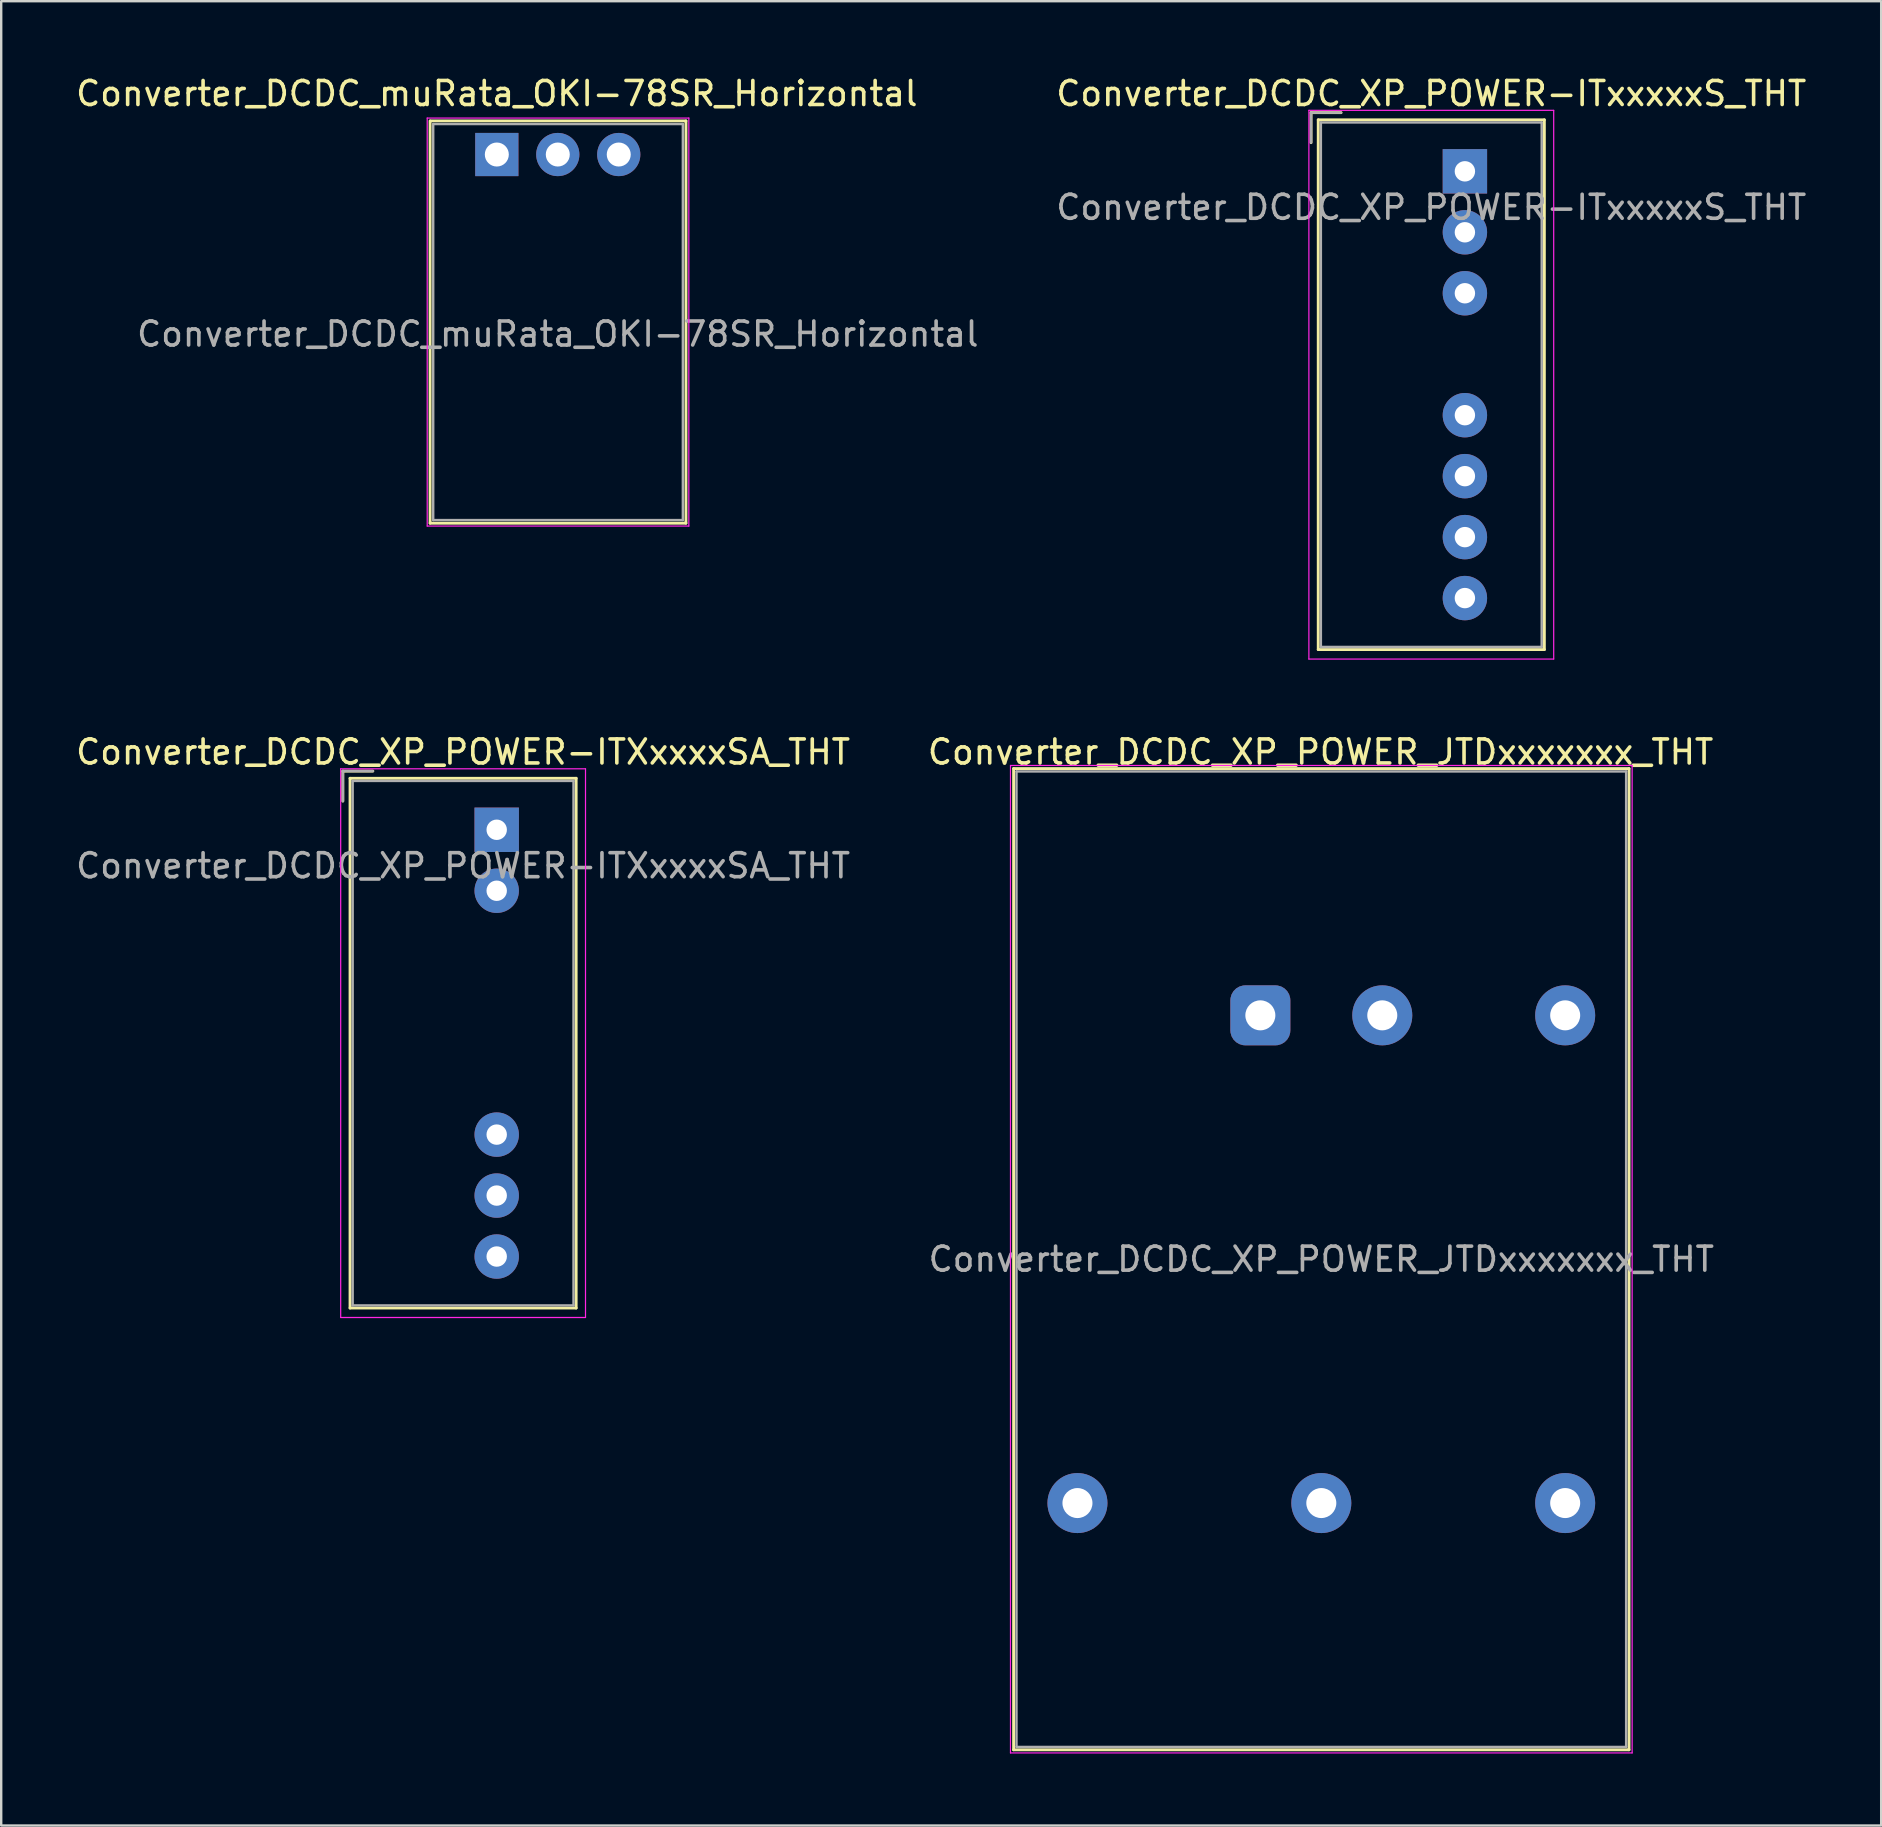
<source format=kicad_pcb>
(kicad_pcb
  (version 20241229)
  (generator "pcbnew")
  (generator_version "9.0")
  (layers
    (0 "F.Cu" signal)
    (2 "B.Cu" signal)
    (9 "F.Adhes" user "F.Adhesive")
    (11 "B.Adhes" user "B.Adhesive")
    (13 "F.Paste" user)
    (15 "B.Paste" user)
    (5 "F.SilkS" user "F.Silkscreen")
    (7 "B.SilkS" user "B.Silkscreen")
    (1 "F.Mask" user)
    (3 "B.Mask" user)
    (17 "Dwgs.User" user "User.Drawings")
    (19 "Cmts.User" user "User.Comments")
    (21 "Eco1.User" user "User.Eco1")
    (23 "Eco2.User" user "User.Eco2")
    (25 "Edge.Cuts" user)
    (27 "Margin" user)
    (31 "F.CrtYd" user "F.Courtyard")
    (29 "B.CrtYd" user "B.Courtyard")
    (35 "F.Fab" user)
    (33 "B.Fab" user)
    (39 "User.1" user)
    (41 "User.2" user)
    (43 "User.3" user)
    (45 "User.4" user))
  (footprint "Converter_DCDC_XP_POWER-ITxxxxxS_THT"
    (layer "F.Cu")
    (at 57.982 4.088)
    (property "Reference" "Converter_DCDC_XP_POWER-ITxxxxxS_THT" (at -1.4 -3.24 0) (layer "F.SilkS") (effects (font (size 1 1) (thickness 0.15))))
    (attr through_hole)
    (fp_line (start -6.41 -2.445) (end -6.41 -1.195) (stroke (width 0.12) (type solid)) (layer "F.SilkS"))
    (fp_line (start -6.11 -2.145) (end -6.11 19.925) (stroke (width 0.12) (type solid)) (layer "F.SilkS"))
    (fp_line (start -6.11 19.925) (end 3.31 19.925) (stroke (width 0.12) (type solid)) (layer "F.SilkS"))
    (fp_line (start -5.16 -2.445) (end -6.41 -2.445) (stroke (width 0.12) (type solid)) (layer "F.SilkS"))
    (fp_line (start 3.31 -2.145) (end -6.11 -2.145) (stroke (width 0.12) (type solid)) (layer "F.SilkS"))
    (fp_line (start 3.31 19.925) (end 3.31 -2.145) (stroke (width 0.12) (type solid)) (layer "F.SilkS"))
    (fp_line (start -6.5 -2.54) (end -6.5 20.32) (stroke (width 0.05) (type solid)) (layer "F.CrtYd"))
    (fp_line (start -6.5 20.32) (end 3.7 20.32) (stroke (width 0.05) (type solid)) (layer "F.CrtYd"))
    (fp_line (start 3.7 -2.54) (end -6.5 -2.54) (stroke (width 0.05) (type solid)) (layer "F.CrtYd"))
    (fp_line (start 3.7 20.32) (end 3.7 -2.54) (stroke (width 0.05) (type solid)) (layer "F.CrtYd"))
    (fp_line (start -6.41 -2.445) (end -6.41 -1.195) (stroke (width 0.1) (type solid)) (layer "F.Fab"))
    (fp_line (start -6 -2.035) (end -6 19.815) (stroke (width 0.1) (type solid)) (layer "F.Fab"))
    (fp_line (start -6 19.815) (end 3.2 19.815) (stroke (width 0.1) (type solid)) (layer "F.Fab"))
    (fp_line (start -5.16 -2.445) (end -6.41 -2.445) (stroke (width 0.1) (type solid)) (layer "F.Fab"))
    (fp_line (start 3.2 -2.035) (end -6 -2.035) (stroke (width 0.1) (type solid)) (layer "F.Fab"))
    (fp_line (start 3.2 19.815) (end 3.2 -2.035) (stroke (width 0.1) (type solid)) (layer "F.Fab"))
    (fp_text user "${REFERENCE}" (at -1.4 1.5 0) (layer "F.Fab") (effects (font (size 1 1) (thickness 0.15))))
    (pad "1" thru_hole rect (at 0 0) (size 1.85 1.85) (drill 0.85) (layers "*.Cu" "*.Mask"))
    (pad "2" thru_hole circle (at 0 2.54) (size 1.85 1.85) (drill 0.85) (layers "*.Cu" "*.Mask"))
    (pad "3" thru_hole circle (at 0 5.08) (size 1.85 1.85) (drill 0.85) (layers "*.Cu" "*.Mask"))
    (pad "5" thru_hole circle (at 0 10.16) (size 1.85 1.85) (drill 0.85) (layers "*.Cu" "*.Mask"))
    (pad "6" thru_hole circle (at 0 12.7) (size 1.85 1.85) (drill 0.85) (layers "*.Cu" "*.Mask"))
    (pad "7" thru_hole circle (at 0 15.24) (size 1.85 1.85) (drill 0.85) (layers "*.Cu" "*.Mask"))
    (pad "8" thru_hole circle (at 0 17.78) (size 1.85 1.85) (drill 0.85) (layers "*.Cu" "*.Mask")))
  (footprint "Converter_DCDC_XP_POWER-ITXxxxxSA_THT"
    (layer "F.Cu")
    (at 17.644 31.521)
    (property "Reference" "Converter_DCDC_XP_POWER-ITXxxxxSA_THT" (at -1.4 -3.24 0) (layer "F.SilkS") (effects (font (size 1 1) (thickness 0.15))))
    (attr through_hole)
    (fp_line (start -6.41 -2.445) (end -6.41 -1.195) (stroke (width 0.12) (type solid)) (layer "F.SilkS"))
    (fp_line (start -6.11 -2.145) (end -6.11 19.925) (stroke (width 0.12) (type solid)) (layer "F.SilkS"))
    (fp_line (start -6.11 19.925) (end 3.31 19.925) (stroke (width 0.12) (type solid)) (layer "F.SilkS"))
    (fp_line (start -5.16 -2.445) (end -6.41 -2.445) (stroke (width 0.12) (type solid)) (layer "F.SilkS"))
    (fp_line (start 3.31 -2.145) (end -6.11 -2.145) (stroke (width 0.12) (type solid)) (layer "F.SilkS"))
    (fp_line (start 3.31 19.925) (end 3.31 -2.145) (stroke (width 0.12) (type solid)) (layer "F.SilkS"))
    (fp_line (start -6.5 -2.54) (end -6.5 20.32) (stroke (width 0.05) (type solid)) (layer "F.CrtYd"))
    (fp_line (start -6.5 20.32) (end 3.7 20.32) (stroke (width 0.05) (type solid)) (layer "F.CrtYd"))
    (fp_line (start 3.7 -2.54) (end -6.5 -2.54) (stroke (width 0.05) (type solid)) (layer "F.CrtYd"))
    (fp_line (start 3.7 20.32) (end 3.7 -2.54) (stroke (width 0.05) (type solid)) (layer "F.CrtYd"))
    (fp_line (start -6.41 -2.445) (end -6.41 -1.195) (stroke (width 0.1) (type solid)) (layer "F.Fab"))
    (fp_line (start -6 -2.035) (end -6 19.815) (stroke (width 0.1) (type solid)) (layer "F.Fab"))
    (fp_line (start -6 19.815) (end 3.2 19.815) (stroke (width 0.1) (type solid)) (layer "F.Fab"))
    (fp_line (start -5.16 -2.445) (end -6.41 -2.445) (stroke (width 0.1) (type solid)) (layer "F.Fab"))
    (fp_line (start 3.2 -2.035) (end -6 -2.035) (stroke (width 0.1) (type solid)) (layer "F.Fab"))
    (fp_line (start 3.2 19.815) (end 3.2 -2.035) (stroke (width 0.1) (type solid)) (layer "F.Fab"))
    (fp_text user "${REFERENCE}" (at -1.4 1.5 0) (layer "F.Fab") (effects (font (size 1 1) (thickness 0.15))))
    (pad "1" thru_hole rect (at 0 0) (size 1.85 1.85) (drill 0.85) (layers "*.Cu" "*.Mask"))
    (pad "2" thru_hole circle (at 0 2.54) (size 1.85 1.85) (drill 0.85) (layers "*.Cu" "*.Mask"))
    (pad "6" thru_hole circle (at 0 12.7) (size 1.85 1.85) (drill 0.85) (layers "*.Cu" "*.Mask"))
    (pad "7" thru_hole circle (at 0 15.24) (size 1.85 1.85) (drill 0.85) (layers "*.Cu" "*.Mask"))
    (pad "8" thru_hole circle (at 0 17.78) (size 1.85 1.85) (drill 0.85) (layers "*.Cu" "*.Mask")))
  (footprint "Converter_DCDC_muRata_OKI-78SR_Horizontal"
    (layer "F.Cu")
    (at 17.649 3.388)
    (property "Reference" "Converter_DCDC_muRata_OKI-78SR_Horizontal" (at 0 -2.54 180) (layer "F.SilkS") (effects (font (size 1 1) (thickness 0.15))))
    (fp_line (start -2.78 -1.4) (end -2.78 15.36) (stroke (width 0.12) (type solid)) (layer "F.SilkS"))
    (fp_line (start -2.78 15.36) (end 7.88 15.36) (stroke (width 0.12) (type solid)) (layer "F.SilkS"))
    (fp_line (start 7.88 -1.4) (end -2.77 -1.4) (stroke (width 0.12) (type solid)) (layer "F.SilkS"))
    (fp_line (start 7.88 15.36) (end 7.88 -1.4) (stroke (width 0.12) (type solid)) (layer "F.SilkS"))
    (fp_line (start -2.9 -1.52) (end -2.9 15.48) (stroke (width 0.05) (type solid)) (layer "F.CrtYd"))
    (fp_line (start -2.9 15.48) (end 8 15.48) (stroke (width 0.05) (type solid)) (layer "F.CrtYd"))
    (fp_line (start 8 -1.52) (end -2.9 -1.52) (stroke (width 0.05) (type solid)) (layer "F.CrtYd"))
    (fp_line (start 8 15.48) (end 8 -1.52) (stroke (width 0.05) (type solid)) (layer "F.CrtYd"))
    (fp_line (start -2.65 -1.27) (end 7.75 -1.27) (stroke (width 0.1) (type solid)) (layer "F.Fab"))
    (fp_line (start -2.65 15.23) (end -2.65 -1.27) (stroke (width 0.1) (type solid)) (layer "F.Fab"))
    (fp_line (start 7.75 -1.27) (end 7.75 15.23) (stroke (width 0.1) (type solid)) (layer "F.Fab"))
    (fp_line (start 7.75 15.23) (end -2.65 15.23) (stroke (width 0.1) (type solid)) (layer "F.Fab"))
    (fp_text user "${REFERENCE}" (at 2.54 7.48 180) (layer "F.Fab") (effects (font (size 1 1) (thickness 0.15))))
    (pad "1" thru_hole rect (at 0 0 180) (size 1.8 1.8) (drill 1) (layers "*.Cu" "*.Mask"))
    (pad "2" thru_hole circle (at 2.54 0 180) (size 1.8 1.8) (drill 1) (layers "*.Cu" "*.Mask"))
    (pad "3" thru_hole circle (at 5.08 0 180) (size 1.8 1.8) (drill 1) (layers "*.Cu" "*.Mask")))
  (footprint "Converter_DCDC_XP_POWER_JTDxxxxxxx_THT"
    (layer "F.Cu")
    (at 49.46 39.252)
    (property "Reference" "Converter_DCDC_XP_POWER_JTDxxxxxxx_THT" (at 2.51 -10.97 180) (layer "F.SilkS") (effects (font (size 1 1) (thickness 0.15))))
    (attr through_hole)
    (fp_line (start -10.28 -10.28) (end -10.28 30.6) (stroke (width 0.12) (type solid)) (layer "F.SilkS"))
    (fp_line (start -10.28 30.6) (end 15.36 30.6) (stroke (width 0.12) (type solid)) (layer "F.SilkS"))
    (fp_line (start 15.36 -10.28) (end -10.28 -10.28) (stroke (width 0.12) (type solid)) (layer "F.SilkS"))
    (fp_line (start 15.36 30.6) (end 15.36 -10.28) (stroke (width 0.12) (type solid)) (layer "F.SilkS"))
    (fp_line (start -10.41 -10.41) (end 15.49 -10.41) (stroke (width 0.05) (type solid)) (layer "F.CrtYd"))
    (fp_line (start -10.41 30.73) (end -10.41 -10.41) (stroke (width 0.05) (type solid)) (layer "F.CrtYd"))
    (fp_line (start -10.41 30.73) (end 15.49 30.73) (stroke (width 0.05) (type solid)) (layer "F.CrtYd"))
    (fp_line (start 15.49 30.73) (end 15.49 -10.41) (stroke (width 0.05) (type solid)) (layer "F.CrtYd"))
    (fp_line (start -10.16 -10.16) (end 15.24 -10.16) (stroke (width 0.1) (type solid)) (layer "F.Fab"))
    (fp_line (start -10.16 30.48) (end -10.16 -10.16) (stroke (width 0.1) (type solid)) (layer "F.Fab"))
    (fp_line (start -10.16 30.48) (end 15.24 30.48) (stroke (width 0.1) (type solid)) (layer "F.Fab"))
    (fp_line (start 15.24 30.48) (end 15.24 -10.16) (stroke (width 0.1) (type solid)) (layer "F.Fab"))
    (fp_text user "${REFERENCE}" (at 2.54 10.16 0) (layer "F.Fab") (effects (font (size 1 1) (thickness 0.15))))
    (pad "1" thru_hole roundrect (at 0 0) (size 2.5 2.5) (drill 1.25) (layers "*.Cu" "*.Mask") (roundrect_rratio 0.25))
    (pad "2" thru_hole circle (at 5.08 0) (size 2.5 2.5) (drill 1.25) (layers "*.Cu" "*.Mask"))
    (pad "3" thru_hole circle (at -7.62 20.32) (size 2.5 2.5) (drill 1.25) (layers "*.Cu" "*.Mask"))
    (pad "4" thru_hole circle (at 2.54 20.32) (size 2.5 2.5) (drill 1.25) (layers "*.Cu" "*.Mask"))
    (pad "5" thru_hole circle (at 12.7 20.32) (size 2.5 2.5) (drill 1.25) (layers "*.Cu" "*.Mask"))
    (pad "6" thru_hole circle (at 12.7 0) (size 2.5 2.5) (drill 1.25) (layers "*.Cu" "*.Mask")))
  (gr_rect
    (start -3 -3)
    (end 75.326 73.007)
    (stroke (width 0.1) (type default))
    (fill no)
    (layer "Edge.Cuts")))
</source>
